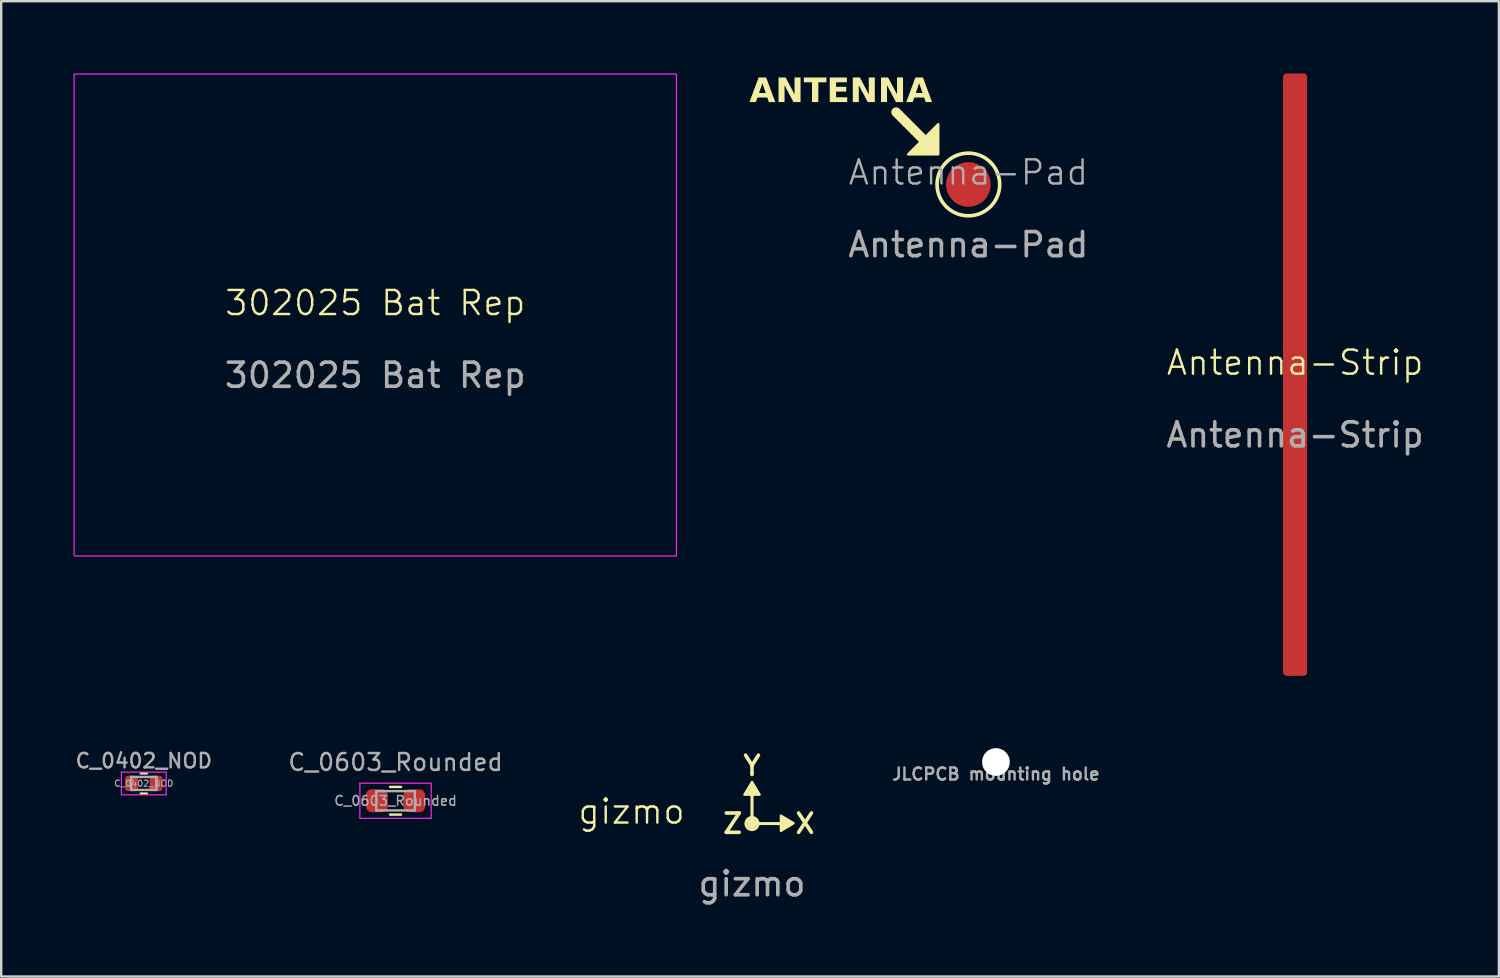
<source format=kicad_pcb>
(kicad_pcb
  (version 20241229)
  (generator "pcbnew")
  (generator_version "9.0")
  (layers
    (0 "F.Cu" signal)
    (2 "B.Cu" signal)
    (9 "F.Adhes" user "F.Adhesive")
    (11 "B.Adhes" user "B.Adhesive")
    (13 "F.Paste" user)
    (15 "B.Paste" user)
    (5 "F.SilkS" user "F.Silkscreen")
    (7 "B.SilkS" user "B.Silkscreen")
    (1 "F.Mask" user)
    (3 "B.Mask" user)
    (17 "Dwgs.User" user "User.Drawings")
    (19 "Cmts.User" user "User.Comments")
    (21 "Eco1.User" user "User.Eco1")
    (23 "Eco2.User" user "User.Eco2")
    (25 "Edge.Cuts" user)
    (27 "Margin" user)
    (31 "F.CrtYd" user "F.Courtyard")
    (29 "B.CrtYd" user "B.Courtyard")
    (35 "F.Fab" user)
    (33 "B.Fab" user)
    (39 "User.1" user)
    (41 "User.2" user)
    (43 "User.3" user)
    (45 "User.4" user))
  (footprint "JLCPCB mounting hole"
    (layer "F.Cu")
    (at 38.285 28.576)
    (property "Reference" "JLCPCB mounting hole" (at 0 0.5 0) (layer "F.Fab") (effects (font (size 0.5 0.5) (thickness 0.1) (bold yes))))
    (attr through_hole)
    (pad "" np_thru_hole circle (at 0 0) (size 1.152 1.152) (drill 1.152) (layers "*.Cu" "*.Mask")))
  (footprint "Antenna-Strip"
    (layer "F.Cu")
    (at 50.701 12.5)
    (property "Reference" "Antenna-Strip" (at 0 -0.5 0) (unlocked yes) (layer "F.SilkS") (effects (font (size 1 1) (thickness 0.1))))
    (attr smd board_only exclude_from_pos_files exclude_from_bom)
    (fp_text user "${REFERENCE}" (at 0 2.5 0) (unlocked yes) (layer "F.Fab") (effects (font (size 1 1) (thickness 0.15))))
    (pad "1" smd roundrect (at 0 0) (size 1 25) (layers "F.Cu" "F.Mask" "F.Paste") (roundrect_rratio 0.15)))
  (footprint "302025 Bat Rep"
    (layer "F.Cu")
    (at 12.525 10.025)
    (property "Reference" "302025 Bat Rep" (at 0 -0.5 0) (unlocked yes) (layer "F.SilkS") (effects (font (size 1 1) (thickness 0.1))))
    (attr through_hole board_only exclude_from_pos_files exclude_from_bom)
    (fp_rect (start -12.5 -10) (end 12.5 10) (stroke (width 0.05) (type solid)) (fill no) (layer "F.CrtYd"))
    (fp_text user "${REFERENCE}" (at 0 2.5 0) (unlocked yes) (layer "F.Fab") (effects (font (size 1 1) (thickness 0.15)))))
  (footprint "Antenna-Pad"
    (layer "F.Cu")
    (at 37.141 4.606)
    (property "Reference" "Antenna-Pad" (at 0 -0.5 0) (unlocked yes) (layer "F.Fab") (effects (font (size 1 1) (thickness 0.1))))
    (attr smd board_only exclude_from_pos_files exclude_from_bom)
    (fp_line (start -1.5 -1.5) (end -3 -3) (stroke (width 0.4) (type solid)) (layer "F.SilkS"))
    (fp_circle (center 0 0) (end 1.3 0) (stroke (width 0.15) (type solid)) (fill no) (layer "F.SilkS"))
    (fp_poly (pts (xy -1.25 -1.25) (xy -1.25 -2.5) (xy -2.5 -1.25)) (stroke (width 0.1) (type solid)) (fill yes) (layer "F.SilkS"))
    (fp_text user "ANTENNA" (at -1.5 -3.25 0) (unlocked yes) (layer "F.SilkS") (effects (font (face "Orbitron") (size 1 1) (thickness 0.2) (bold yes)) (justify right bottom)))
    (fp_text user "${REFERENCE}" (at 0 2.5 0) (unlocked yes) (layer "F.Fab") (effects (font (size 1 1) (thickness 0.15))))
    (pad "1" smd circle (at 0 0) (size 1.85 1.85) (layers "F.Cu" "F.Mask" "F.Paste")))
  (footprint "gizmo"
    (layer "F.Cu")
    (at 28.161 31.131)
    (property "Reference" "gizmo" (at -5 -0.5 0) (unlocked yes) (layer "F.SilkS") (effects (font (size 1 1) (thickness 0.1))))
    (attr smd)
    (fp_line (start 0 0) (end 0 -1.2) (stroke (width 0.127) (type solid)) (layer "F.SilkS"))
    (fp_line (start 0 0) (end 1.2 0) (stroke (width 0.127) (type solid)) (layer "F.SilkS"))
    (fp_circle (center 0 0) (end -0.15 0.01) (stroke (width 0.1) (type default)) (fill no) (layer "F.SilkS"))
    (fp_circle (center 0 0) (end 0.07 0) (stroke (width 0.1) (type default)) (fill no) (layer "F.SilkS"))
    (fp_circle (center 0 0) (end 0.25 0) (stroke (width 0.127) (type solid)) (fill no) (layer "F.SilkS"))
    (fp_poly (pts (xy 0 -1.725) (xy -0.315 -1.2) (xy 0.315 -1.2)) (stroke (width 0.1) (type solid)) (fill yes) (layer "F.SilkS"))
    (fp_poly (pts (xy 1.725 -0.013) (xy 1.2 -0.328) (xy 1.2 0.302)) (stroke (width 0.1) (type solid)) (fill yes) (layer "F.SilkS"))
    (fp_text user "Z" (at -0.8 0 0) (unlocked yes) (layer "F.SilkS") (effects (font (size 0.8 0.8) (thickness 0.15) (bold yes))))
    (fp_text user "X" (at 2.2 0 0) (unlocked yes) (layer "F.SilkS") (effects (font (size 0.8 0.8) (thickness 0.15) (bold yes))))
    (fp_text user "Y" (at 0 -2.4 0) (unlocked yes) (layer "F.SilkS") (effects (font (size 0.8 0.8) (thickness 0.15) (bold yes))))
    (fp_text user "${REFERENCE}" (at 0 2.5 0) (unlocked yes) (layer "F.Fab") (effects (font (size 1 1) (thickness 0.15)))))
  (footprint "C_0402_NOD"
    (layer "F.Cu")
    (at 2.919 29.466)
    (property "Reference" "C_0402_NOD" (at 0 -0.94 0) (layer "F.Fab") (effects (font (size 0.6 0.6) (thickness 0.1))))
    (attr smd)
    (fp_line (start -0.125 -0.42) (end 0.125 -0.42) (stroke (width 0.1) (type solid)) (layer "F.SilkS"))
    (fp_line (start -0.125 0.42) (end 0.125 0.42) (stroke (width 0.1) (type solid)) (layer "F.SilkS"))
    (fp_line (start -0.93 -0.47) (end 0.93 -0.47) (stroke (width 0.05) (type solid)) (layer "F.CrtYd"))
    (fp_line (start -0.93 0.47) (end -0.93 -0.47) (stroke (width 0.05) (type solid)) (layer "F.CrtYd"))
    (fp_line (start 0.93 -0.47) (end 0.93 0.47) (stroke (width 0.05) (type solid)) (layer "F.CrtYd"))
    (fp_line (start 0.93 0.47) (end -0.93 0.47) (stroke (width 0.05) (type solid)) (layer "F.CrtYd"))
    (fp_line (start -0.525 -0.27) (end 0.525 -0.27) (stroke (width 0.1) (type solid)) (layer "F.Fab"))
    (fp_line (start -0.525 0.27) (end -0.525 -0.27) (stroke (width 0.1) (type solid)) (layer "F.Fab"))
    (fp_line (start 0.525 -0.27) (end 0.525 0.27) (stroke (width 0.1) (type solid)) (layer "F.Fab"))
    (fp_line (start 0.525 0.27) (end -0.525 0.27) (stroke (width 0.1) (type solid)) (layer "F.Fab"))
    (fp_text user "${REFERENCE}" (at 0 0 0) (layer "F.Fab") (effects (font (size 0.26 0.26) (thickness 0.04))))
    (pad "1" smd roundrect (at -0.51 0) (size 0.54 0.64) (layers "F.Cu" "F.Mask" "F.Paste") (roundrect_rratio 0.25))
    (pad "2" smd roundrect (at 0.51 0) (size 0.54 0.64) (layers "F.Cu" "F.Mask" "F.Paste") (roundrect_rratio 0.25)))
  (footprint "C_0603_Rounded"
    (layer "F.Cu")
    (at 13.367 30.185)
    (property "Reference" "C_0603_Rounded" (at 0 -1.6 0) (layer "F.Fab") (effects (font (size 0.7 0.7) (thickness 0.1))))
    (attr smd)
    (fp_line (start -0.225 -0.575) (end 0.225 -0.575) (stroke (width 0.1) (type solid)) (layer "F.SilkS"))
    (fp_line (start -0.225 0.575) (end 0.225 0.575) (stroke (width 0.1) (type solid)) (layer "F.SilkS"))
    (fp_line (start -1.48 -0.73) (end 1.48 -0.73) (stroke (width 0.05) (type solid)) (layer "F.CrtYd"))
    (fp_line (start -1.48 0.73) (end -1.48 -0.73) (stroke (width 0.05) (type solid)) (layer "F.CrtYd"))
    (fp_line (start 1.48 -0.73) (end 1.48 0.73) (stroke (width 0.05) (type solid)) (layer "F.CrtYd"))
    (fp_line (start 1.48 0.73) (end -1.48 0.73) (stroke (width 0.05) (type solid)) (layer "F.CrtYd"))
    (fp_line (start -0.8 -0.4) (end 0.8 -0.4) (stroke (width 0.1) (type solid)) (layer "F.Fab"))
    (fp_line (start -0.8 0.4) (end -0.8 -0.4) (stroke (width 0.1) (type solid)) (layer "F.Fab"))
    (fp_line (start 0.8 -0.4) (end 0.8 0.4) (stroke (width 0.1) (type solid)) (layer "F.Fab"))
    (fp_line (start 0.8 0.4) (end -0.8 0.4) (stroke (width 0.1) (type solid)) (layer "F.Fab"))
    (fp_text user "${REFERENCE}" (at 0 0 0) (layer "F.Fab") (effects (font (size 0.4 0.4) (thickness 0.06))))
    (pad "1" smd roundrect (at -0.775 0) (size 0.9 0.95) (layers "F.Cu" "F.Mask" "F.Paste") (roundrect_rratio 0.25))
    (pad "2" smd roundrect (at 0.775 0) (size 0.9 0.95) (layers "F.Cu" "F.Mask" "F.Paste") (roundrect_rratio 0.25)))
  (gr_rect
    (start -3 -3)
    (end 59.159 37.48)
    (stroke (width 0.1) (type default))
    (fill no)
    (layer "Edge.Cuts")))
</source>
